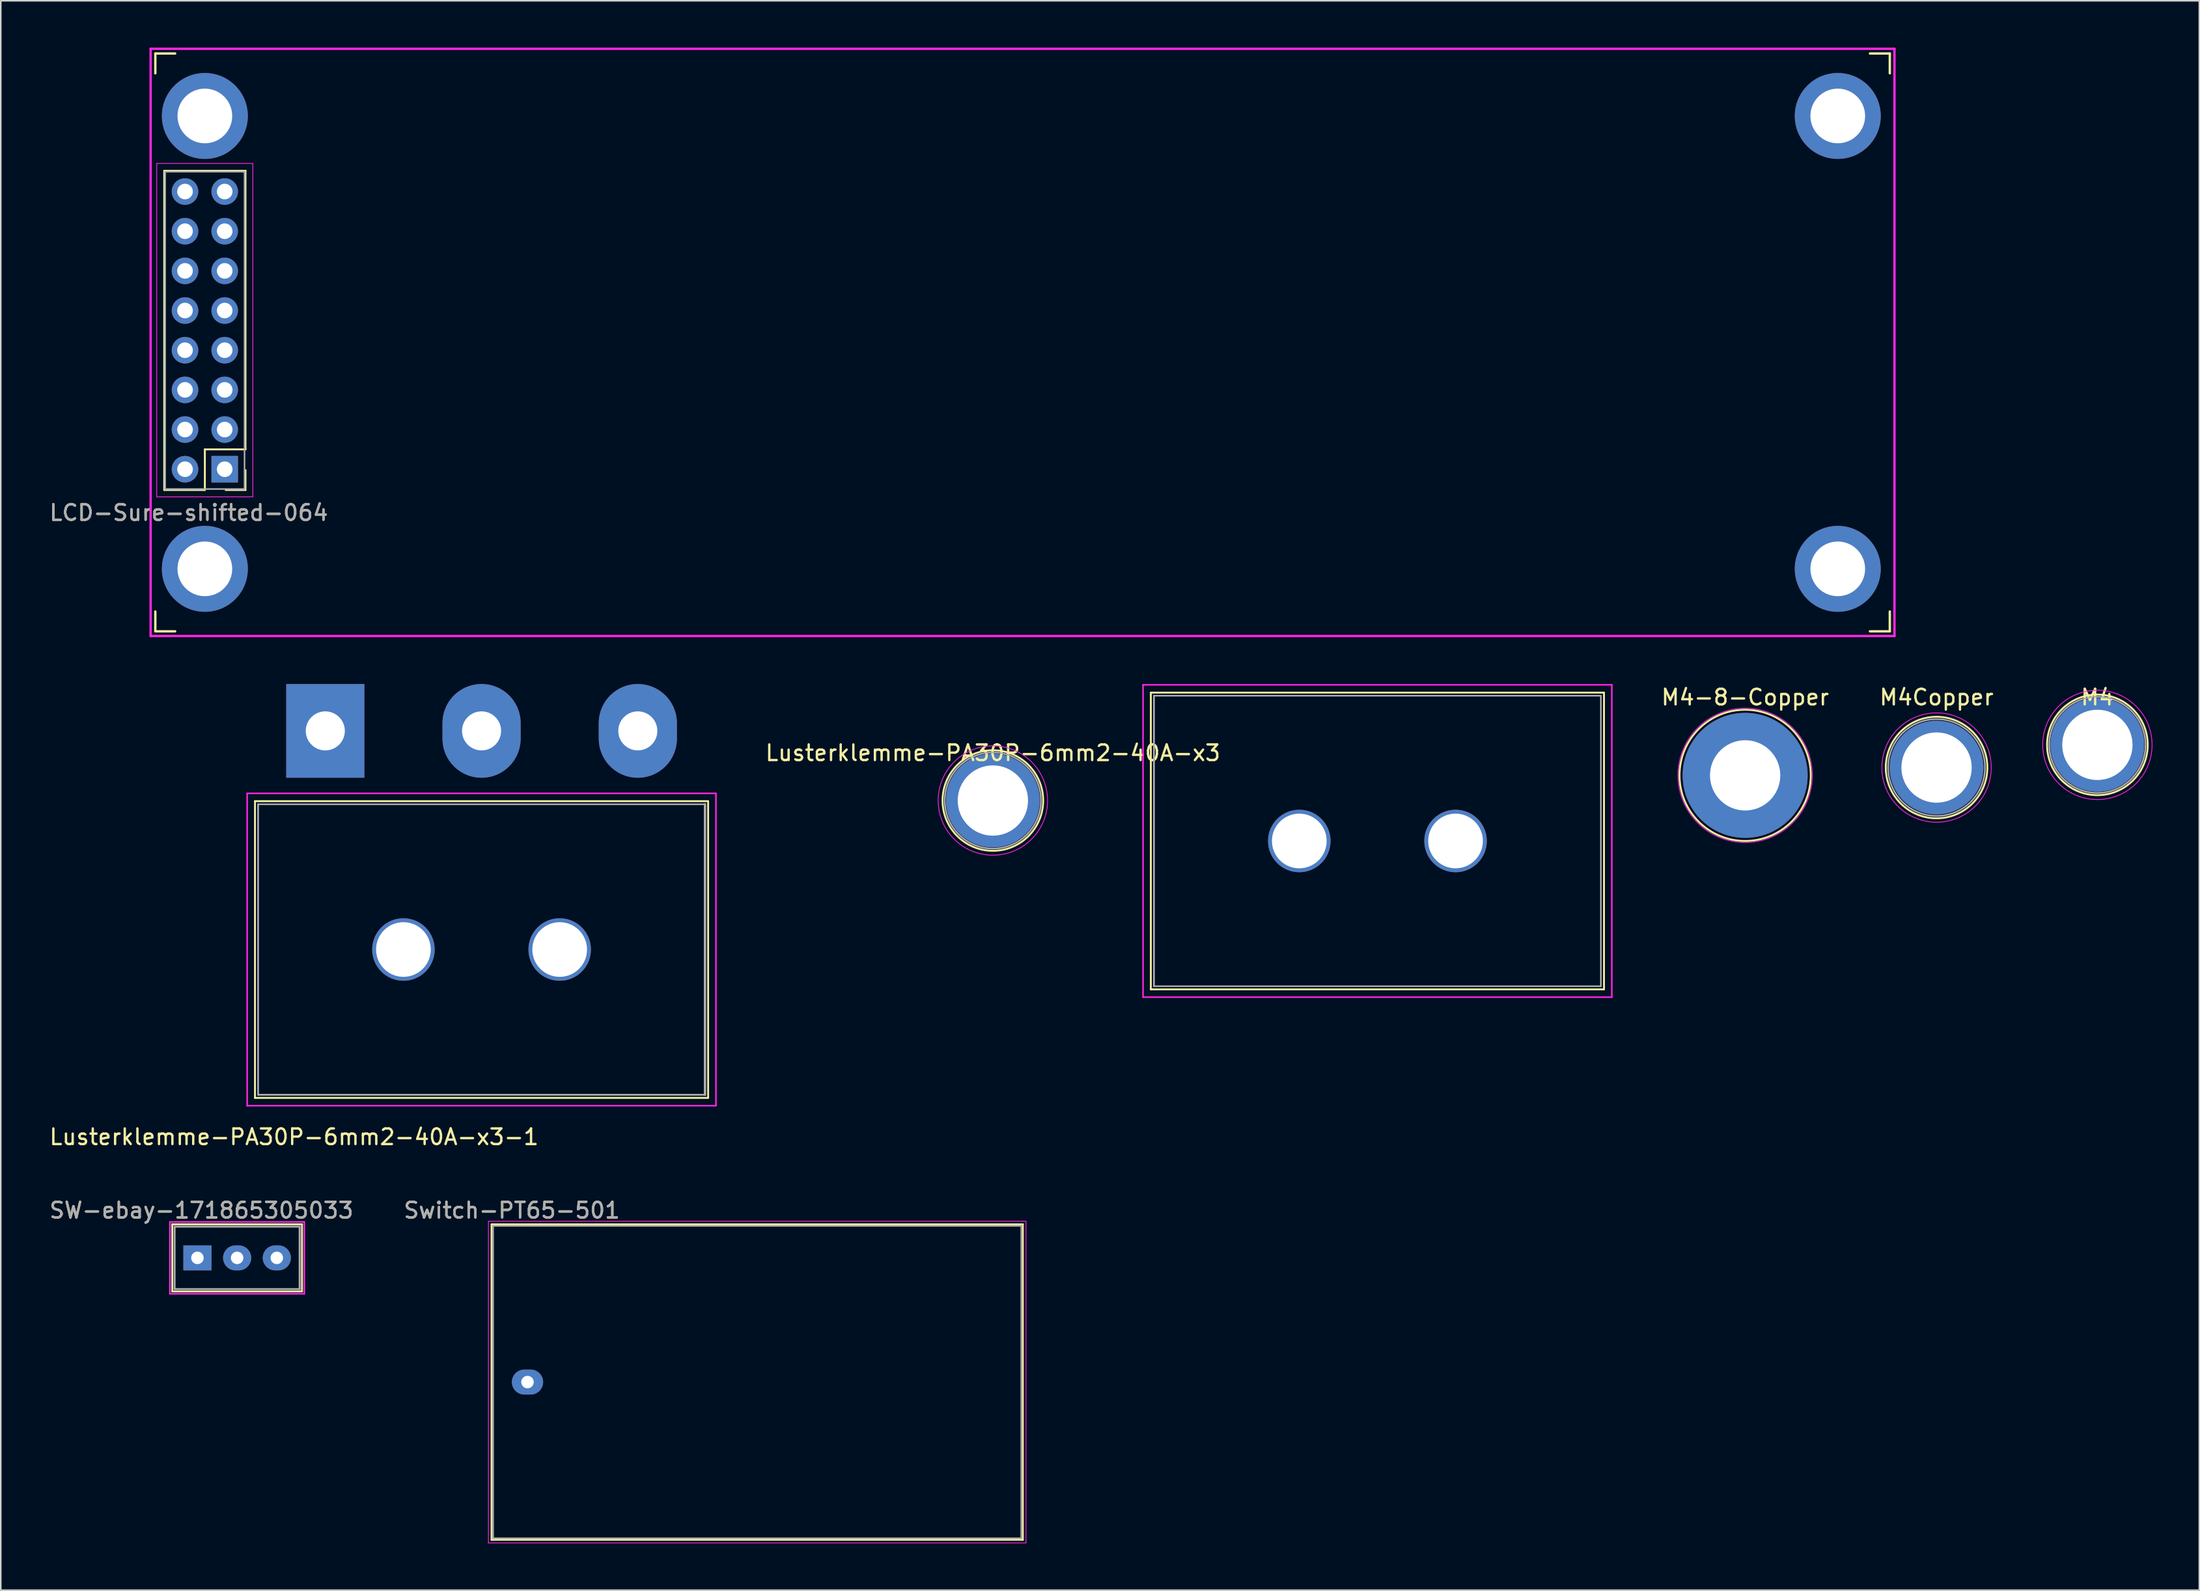
<source format=kicad_pcb>
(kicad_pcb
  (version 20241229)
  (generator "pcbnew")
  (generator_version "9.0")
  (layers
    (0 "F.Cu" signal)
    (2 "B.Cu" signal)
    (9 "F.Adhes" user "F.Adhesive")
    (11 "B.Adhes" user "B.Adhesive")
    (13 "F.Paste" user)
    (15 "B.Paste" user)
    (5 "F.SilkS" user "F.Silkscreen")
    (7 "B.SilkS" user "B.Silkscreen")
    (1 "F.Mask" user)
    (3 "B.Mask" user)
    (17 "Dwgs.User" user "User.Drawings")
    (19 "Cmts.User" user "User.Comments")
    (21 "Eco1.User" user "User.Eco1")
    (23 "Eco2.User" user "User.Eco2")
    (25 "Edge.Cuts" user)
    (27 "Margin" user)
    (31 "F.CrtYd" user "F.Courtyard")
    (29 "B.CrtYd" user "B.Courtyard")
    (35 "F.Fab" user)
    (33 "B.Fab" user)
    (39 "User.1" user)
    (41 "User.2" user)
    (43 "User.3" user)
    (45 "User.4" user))
  (footprint "LCD-Sure-shifted-064"
    (layer "F.Cu")
    (at 11.33 26.575)
    (property "Reference" "LCD-Sure-shifted-064" (at -2.3 3.2 0) (layer "F.SilkS") (effects (font (size 1 1) (thickness 0.15))))
    (attr through_hole)
    (fp_line (start -4.44 -26.2) (end -4.44 -24.93) (stroke (width 0.15) (type solid)) (layer "F.SilkS"))
    (fp_line (start -4.44 -26.2) (end -3.17 -26.2) (stroke (width 0.15) (type solid)) (layer "F.SilkS"))
    (fp_line (start -4.44 9.53) (end -4.44 10.8) (stroke (width 0.15) (type solid)) (layer "F.SilkS"))
    (fp_line (start -4.44 10.8) (end -3.17 10.8) (stroke (width 0.15) (type solid)) (layer "F.SilkS"))
    (fp_line (start -3.87 -18.69) (end 1.33 -18.69) (stroke (width 0.12) (type solid)) (layer "F.SilkS"))
    (fp_line (start -3.87 1.75) (end -3.87 -18.69) (stroke (width 0.12) (type solid)) (layer "F.SilkS"))
    (fp_line (start -1.27 -0.85) (end -1.27 1.75) (stroke (width 0.12) (type solid)) (layer "F.SilkS"))
    (fp_line (start -1.27 -0.85) (end 1.33 -0.85) (stroke (width 0.12) (type solid)) (layer "F.SilkS"))
    (fp_line (start -1.27 1.75) (end -3.87 1.75) (stroke (width 0.12) (type solid)) (layer "F.SilkS"))
    (fp_line (start 1.33 -18.69) (end 1.33 -0.85) (stroke (width 0.12) (type solid)) (layer "F.SilkS"))
    (fp_line (start 1.33 0.48) (end 1.33 1.75) (stroke (width 0.12) (type solid)) (layer "F.SilkS"))
    (fp_line (start 1.33 1.75) (end 0.06 1.75) (stroke (width 0.12) (type solid)) (layer "F.SilkS"))
    (fp_line (start 105.29 -26.2) (end 106.56 -26.2) (stroke (width 0.15) (type solid)) (layer "F.SilkS"))
    (fp_line (start 105.29 10.8) (end 106.56 10.8) (stroke (width 0.15) (type solid)) (layer "F.SilkS"))
    (fp_line (start 106.56 -26.2) (end 106.56 -24.93) (stroke (width 0.15) (type solid)) (layer "F.SilkS"))
    (fp_line (start 106.56 9.53) (end 106.56 10.8) (stroke (width 0.15) (type solid)) (layer "F.SilkS"))
    (fp_line (start -4.74 -26.5) (end -4.74 11.1) (stroke (width 0.15) (type solid)) (layer "F.CrtYd"))
    (fp_line (start -4.74 -26.5) (end 106.86 -26.5) (stroke (width 0.15) (type solid)) (layer "F.CrtYd"))
    (fp_line (start -4.35 -19.16) (end -4.35 2.19) (stroke (width 0.05) (type solid)) (layer "F.CrtYd"))
    (fp_line (start -4.35 2.19) (end 1.8 2.19) (stroke (width 0.05) (type solid)) (layer "F.CrtYd"))
    (fp_line (start 1.8 -19.16) (end -4.35 -19.16) (stroke (width 0.05) (type solid)) (layer "F.CrtYd"))
    (fp_line (start 1.8 2.19) (end 1.8 -19.16) (stroke (width 0.05) (type solid)) (layer "F.CrtYd"))
    (fp_line (start 106.86 -26.5) (end 106.86 11.1) (stroke (width 0.15) (type solid)) (layer "F.CrtYd"))
    (fp_line (start 106.86 11.1) (end -4.74 11.1) (stroke (width 0.15) (type solid)) (layer "F.CrtYd"))
    (fp_line (start -3.81 -18.63) (end -3.81 1.69) (stroke (width 0.1) (type solid)) (layer "F.Fab"))
    (fp_line (start -3.81 1.69) (end 1.27 1.69) (stroke (width 0.1) (type solid)) (layer "F.Fab"))
    (fp_line (start 1.27 -18.63) (end -3.81 -18.63) (stroke (width 0.1) (type solid)) (layer "F.Fab"))
    (fp_line (start 1.27 1.69) (end 1.27 -18.63) (stroke (width 0.1) (type solid)) (layer "F.Fab"))
    (fp_text user "${REFERENCE}" (at -2.3 3.2 0) (layer "F.Fab") (effects (font (size 1 1) (thickness 0.15))))
    (pad "" np_thru_hole oval (at -1.27 -22.2) (size 5.5 5.5) (drill 3.5) (layers "*.Cu" "*.Mask"))
    (pad "" np_thru_hole oval (at -1.27 6.8) (size 5.5 5.5) (drill 3.5) (layers "*.Cu" "*.Mask"))
    (pad "" np_thru_hole oval (at 103.23 -22.2) (size 5.5 5.5) (drill 3.5) (layers "*.Cu" "*.Mask"))
    (pad "" np_thru_hole oval (at 103.23 6.8) (size 5.5 5.5) (drill 3.5) (layers "*.Cu" "*.Mask"))
    (pad "1" thru_hole rect (at 0 0.42) (size 1.7 1.7) (drill 1) (layers "*.Cu" "*.Mask"))
    (pad "2" thru_hole oval (at -2.54 0.42) (size 1.7 1.7) (drill 1) (layers "*.Cu" "*.Mask"))
    (pad "3" thru_hole oval (at 0 -2.12) (size 1.7 1.7) (drill 1) (layers "*.Cu" "*.Mask"))
    (pad "4" thru_hole oval (at -2.54 -2.12) (size 1.7 1.7) (drill 1) (layers "*.Cu" "*.Mask"))
    (pad "5" thru_hole oval (at 0 -4.66) (size 1.7 1.7) (drill 1) (layers "*.Cu" "*.Mask"))
    (pad "6" thru_hole oval (at -2.54 -4.66) (size 1.7 1.7) (drill 1) (layers "*.Cu" "*.Mask"))
    (pad "7" thru_hole oval (at 0 -7.2) (size 1.7 1.7) (drill 1) (layers "*.Cu" "*.Mask"))
    (pad "8" thru_hole oval (at -2.54 -7.2) (size 1.7 1.7) (drill 1) (layers "*.Cu" "*.Mask"))
    (pad "9" thru_hole oval (at 0 -9.74) (size 1.7 1.7) (drill 1) (layers "*.Cu" "*.Mask"))
    (pad "10" thru_hole oval (at -2.54 -9.74) (size 1.7 1.7) (drill 1) (layers "*.Cu" "*.Mask"))
    (pad "11" thru_hole oval (at 0 -12.28) (size 1.7 1.7) (drill 1) (layers "*.Cu" "*.Mask"))
    (pad "12" thru_hole oval (at -2.54 -12.28) (size 1.7 1.7) (drill 1) (layers "*.Cu" "*.Mask"))
    (pad "13" thru_hole oval (at 0 -14.82) (size 1.7 1.7) (drill 1) (layers "*.Cu" "*.Mask"))
    (pad "14" thru_hole oval (at -2.54 -14.82) (size 1.7 1.7) (drill 1) (layers "*.Cu" "*.Mask"))
    (pad "15" thru_hole oval (at 0 -17.36) (size 1.7 1.7) (drill 1) (layers "*.Cu" "*.Mask"))
    (pad "16" thru_hole oval (at -2.54 -17.36) (size 1.7 1.7) (drill 1) (layers "*.Cu" "*.Mask")))
  (footprint "M4"
    (layer "F.Cu")
    (at 131.175 44.646)
    (property "Reference" "M4" (at 0 -3.048 0) (layer "F.SilkS") (effects (font (size 1 1) (thickness 0.15))))
    (attr through_hole)
    (fp_circle (center 0 0) (end 0 3.22) (stroke (width 0.12) (type solid)) (fill no) (layer "F.SilkS"))
    (fp_circle (center 0 0) (end 3.5 0) (stroke (width 0.05) (type solid)) (fill no) (layer "F.CrtYd"))
    (fp_circle (center 0 0) (end 3.08 0) (stroke (width 0.1) (type solid)) (fill no) (layer "F.Fab"))
    (pad "1" thru_hole circle (at 0 0) (size 6 6) (drill 4.5) (layers "*.Cu" "*.Mask")))
  (footprint "SW-ebay-171865305033"
    (layer "F.Cu")
    (at 12.125 77.495)
    (property "Reference" "SW-ebay-171865305033" (at -2.286 -3.048 0) (layer "F.SilkS") (effects (font (size 1 1) (thickness 0.15))))
    (attr through_hole)
    (fp_line (start -4.15 -2.15) (end 4.15 -2.15) (stroke (width 0.12) (type solid)) (layer "F.SilkS"))
    (fp_line (start -4.15 2.15) (end -4.15 -2.15) (stroke (width 0.12) (type solid)) (layer "F.SilkS"))
    (fp_line (start 4.15 -2.15) (end 4.15 2.15) (stroke (width 0.12) (type solid)) (layer "F.SilkS"))
    (fp_line (start 4.15 2.15) (end -4.15 2.15) (stroke (width 0.12) (type solid)) (layer "F.SilkS"))
    (fp_line (start -4.3 -2.3) (end 4.3 -2.3) (stroke (width 0.1) (type solid)) (layer "F.CrtYd"))
    (fp_line (start -4.3 2.3) (end -4.3 -2.3) (stroke (width 0.1) (type solid)) (layer "F.CrtYd"))
    (fp_line (start 4.3 -2.3) (end 4.3 2.3) (stroke (width 0.1) (type solid)) (layer "F.CrtYd"))
    (fp_line (start 4.3 2.3) (end -4.3 2.3) (stroke (width 0.1) (type solid)) (layer "F.CrtYd"))
    (fp_line (start -4 -2) (end 4 -2) (stroke (width 0.12) (type solid)) (layer "F.Fab"))
    (fp_line (start -4 2) (end -4 -2) (stroke (width 0.12) (type solid)) (layer "F.Fab"))
    (fp_line (start 4 -2) (end 4 2) (stroke (width 0.12) (type solid)) (layer "F.Fab"))
    (fp_line (start 4 2) (end -4 2) (stroke (width 0.12) (type solid)) (layer "F.Fab"))
    (fp_text user "${REFERENCE}" (at -2.286 -3.048 0) (layer "F.Fab") (effects (font (size 1 1) (thickness 0.15))))
    (pad "1" thru_hole rect (at -2.54 0) (size 1.8 1.6) (drill 0.8) (layers "*.Cu" "*.Mask"))
    (pad "2" thru_hole oval (at 0 0) (size 1.8 1.6) (drill 0.8) (layers "*.Cu" "*.Mask"))
    (pad "3" thru_hole oval (at 2.54 0) (size 1.8 1.6) (drill 0.8) (layers "*.Cu" "*.Mask")))
  (footprint "M4Copper"
    (layer "F.Cu")
    (at 120.883 46.098)
    (property "Reference" "M4Copper" (at 0 -4.5 0) (layer "F.SilkS") (effects (font (size 1 1) (thickness 0.15))))
    (attr through_hole)
    (fp_circle (center 0 0) (end 0 3.25) (stroke (width 0.12) (type solid)) (fill no) (layer "F.SilkS"))
    (fp_circle (center 0 0) (end 3.5 0) (stroke (width 0.05) (type solid)) (fill no) (layer "F.CrtYd"))
    (fp_circle (center 0 0) (end 3.1 0) (stroke (width 0.1) (type solid)) (fill no) (layer "F.Fab"))
    (pad "1" thru_hole circle (at 0 0) (size 6 6) (drill 4.5) (layers "*.Cu" "*.Mask")))
  (footprint "Lusterklemme-PA30P-6mm2-40A-x3-1"
    (layer "F.Cu")
    (at 27.768 57.75)
    (property "Reference" "Lusterklemme-PA30P-6mm2-40A-x3-1" (at -12 12 0) (layer "F.SilkS") (effects (font (size 1 1) (thickness 0.15))))
    (attr through_hole)
    (fp_line (start -14.5 -9.5) (end 14.5 -9.5) (stroke (width 0.12) (type solid)) (layer "F.SilkS"))
    (fp_line (start -14.5 9.5) (end -14.5 -9.5) (stroke (width 0.12) (type solid)) (layer "F.SilkS"))
    (fp_line (start 14.5 -9.5) (end 14.5 9.5) (stroke (width 0.12) (type solid)) (layer "F.SilkS"))
    (fp_line (start 14.5 9.5) (end -14.5 9.5) (stroke (width 0.12) (type solid)) (layer "F.SilkS"))
    (fp_line (start -15 -10) (end 15 -10) (stroke (width 0.1) (type solid)) (layer "F.CrtYd"))
    (fp_line (start -15 10) (end -15 -10) (stroke (width 0.1) (type solid)) (layer "F.CrtYd"))
    (fp_line (start 15 -10) (end 15 10) (stroke (width 0.1) (type solid)) (layer "F.CrtYd"))
    (fp_line (start 15 10) (end -15 10) (stroke (width 0.1) (type solid)) (layer "F.CrtYd"))
    (fp_line (start -14.3 -9.3) (end 14.3 -9.3) (stroke (width 0.1) (type solid)) (layer "F.Fab"))
    (fp_line (start -14.3 9.3) (end -14.3 -9.3) (stroke (width 0.11) (type solid)) (layer "F.Fab"))
    (fp_line (start 14.3 -9.3) (end 14.3 9.3) (stroke (width 0.15) (type solid)) (layer "F.Fab"))
    (fp_line (start 14.3 9.3) (end -14.3 9.3) (stroke (width 0.11) (type solid)) (layer "F.Fab"))
    (pad "" np_thru_hole circle (at -5 0) (size 4 4) (drill 3.5) (layers "*.Cu" "*.Mask"))
    (pad "" np_thru_hole circle (at 5 0) (size 4 4) (drill 3.5) (layers "*.Cu" "*.Mask"))
    (pad "1" thru_hole rect (at -10 -14) (size 5 6) (drill 2.5) (layers "*.Cu" "*.Mask"))
    (pad "2" thru_hole oval (at 0 -14) (size 5 6) (drill 2.5) (layers "*.Cu" "*.Mask"))
    (pad "3" thru_hole oval (at 10 -14) (size 5 6) (drill 2.5) (layers "*.Cu" "*.Mask")))
  (footprint "M4-8-Copper"
    (layer "F.Cu")
    (at 108.633 46.598)
    (property "Reference" "M4-8-Copper" (at 0 -5 0) (layer "F.SilkS") (effects (font (size 1 1) (thickness 0.15))))
    (attr through_hole)
    (fp_circle (center 0 0) (end 0 4.2) (stroke (width 0.12) (type solid)) (fill no) (layer "F.SilkS"))
    (fp_circle (center 0 0) (end 4.3 0) (stroke (width 0.05) (type solid)) (fill no) (layer "F.CrtYd"))
    (pad "1" thru_hole circle (at 0 0) (size 8 8) (drill 4.5) (layers "*.Cu" "*.Mask")))
  (footprint "Switch-PT65-501"
    (layer "F.Cu")
    (at 30.708 85.447)
    (property "Reference" "Switch-PT65-501" (at -1 -11 0) (layer "F.SilkS") (effects (font (size 1 1) (thickness 0.15))))
    (attr through_hole)
    (fp_line (start -2.3 -10.1) (end -2.3 10.1) (stroke (width 0.12) (type solid)) (layer "F.SilkS"))
    (fp_line (start -2.3 -10.1) (end 31.7 -10.1) (stroke (width 0.12) (type solid)) (layer "F.SilkS"))
    (fp_line (start -2.3 10.1) (end 31.7 10.1) (stroke (width 0.12) (type solid)) (layer "F.SilkS"))
    (fp_line (start 31.7 -10.1) (end 31.7 10.1) (stroke (width 0.12) (type solid)) (layer "F.SilkS"))
    (fp_line (start -2.5 -10.3) (end 31.9 -10.3) (stroke (width 0.05) (type solid)) (layer "F.CrtYd"))
    (fp_line (start -2.5 10.3) (end -2.5 -10.3) (stroke (width 0.05) (type solid)) (layer "F.CrtYd"))
    (fp_line (start 31.9 -10.3) (end 31.9 10.3) (stroke (width 0.05) (type solid)) (layer "F.CrtYd"))
    (fp_line (start 31.9 10.3) (end -2.5 10.3) (stroke (width 0.05) (type solid)) (layer "F.CrtYd"))
    (fp_line (start -2.2 -10) (end -2.2 10) (stroke (width 0.1) (type solid)) (layer "F.Fab"))
    (fp_line (start -2.2 -10) (end 31.6 -10) (stroke (width 0.1) (type solid)) (layer "F.Fab"))
    (fp_line (start 31.6 -10) (end 31.6 10) (stroke (width 0.1) (type solid)) (layer "F.Fab"))
    (fp_line (start 31.6 10) (end -2.2 10) (stroke (width 0.1) (type solid)) (layer "F.Fab"))
    (fp_text user "${REFERENCE}" (at -1 -11 0) (layer "F.Fab") (effects (font (size 1 1) (thickness 0.15))))
    (pad "1" thru_hole oval (at 0 0 90) (size 1.6 2) (drill 0.8) (layers "*.Cu" "*.Mask")))
  (footprint "Lusterklemme-PA30P-6mm2-40A-x3"
    (layer "F.Cu")
    (at 85.1 50.8)
    (property "Reference" "Lusterklemme-PA30P-6mm2-40A-x3" (at -24.61 -5.638 0) (layer "F.SilkS") (effects (font (size 1 1) (thickness 0.15))))
    (attr through_hole)
    (fp_line (start -14.5 -9.5) (end 14.5 -9.5) (stroke (width 0.12) (type solid)) (layer "F.SilkS"))
    (fp_line (start -14.5 9.5) (end -14.5 -9.5) (stroke (width 0.12) (type solid)) (layer "F.SilkS"))
    (fp_line (start 14.5 -9.5) (end 14.5 9.5) (stroke (width 0.12) (type solid)) (layer "F.SilkS"))
    (fp_line (start 14.5 9.5) (end -14.5 9.5) (stroke (width 0.12) (type solid)) (layer "F.SilkS"))
    (fp_circle (center -24.61 -2.59) (end -24.61 0.63) (stroke (width 0.12) (type solid)) (fill no) (layer "F.SilkS"))
    (fp_line (start -15 -10) (end 15 -10) (stroke (width 0.1) (type solid)) (layer "F.CrtYd"))
    (fp_line (start -15 10) (end -15 -10) (stroke (width 0.1) (type solid)) (layer "F.CrtYd"))
    (fp_line (start 15 -10) (end 15 10) (stroke (width 0.1) (type solid)) (layer "F.CrtYd"))
    (fp_line (start 15 10) (end -15 10) (stroke (width 0.1) (type solid)) (layer "F.CrtYd"))
    (fp_circle (center -24.61 -2.59) (end -21.11 -2.59) (stroke (width 0.05) (type solid)) (fill no) (layer "F.CrtYd"))
    (fp_line (start -14.3 -9.3) (end 14.3 -9.3) (stroke (width 0.1) (type solid)) (layer "F.Fab"))
    (fp_line (start -14.3 9.3) (end -14.3 -9.3) (stroke (width 0.11) (type solid)) (layer "F.Fab"))
    (fp_line (start 14.3 -9.3) (end 14.3 9.3) (stroke (width 0.1) (type solid)) (layer "F.Fab"))
    (fp_line (start 14.3 9.3) (end -14.3 9.3) (stroke (width 0.1) (type solid)) (layer "F.Fab"))
    (fp_circle (center -24.61 -2.59) (end -21.53 -2.59) (stroke (width 0.1) (type solid)) (fill no) (layer "F.Fab"))
    (pad "" np_thru_hole circle (at -5 0) (size 4 4) (drill 3.5) (layers "*.Cu" "*.Mask"))
    (pad "" np_thru_hole circle (at 5 0) (size 4 4) (drill 3.5) (layers "*.Cu" "*.Mask"))
    (pad "1" thru_hole circle (at -24.61 -2.59) (size 6 6) (drill 4.5) (layers "*.Cu" "*.Mask")))
  (gr_rect
    (start -3 -3)
    (end 137.7 98.772)
    (stroke (width 0.1) (type default))
    (fill no)
    (layer "Edge.Cuts")))
</source>
